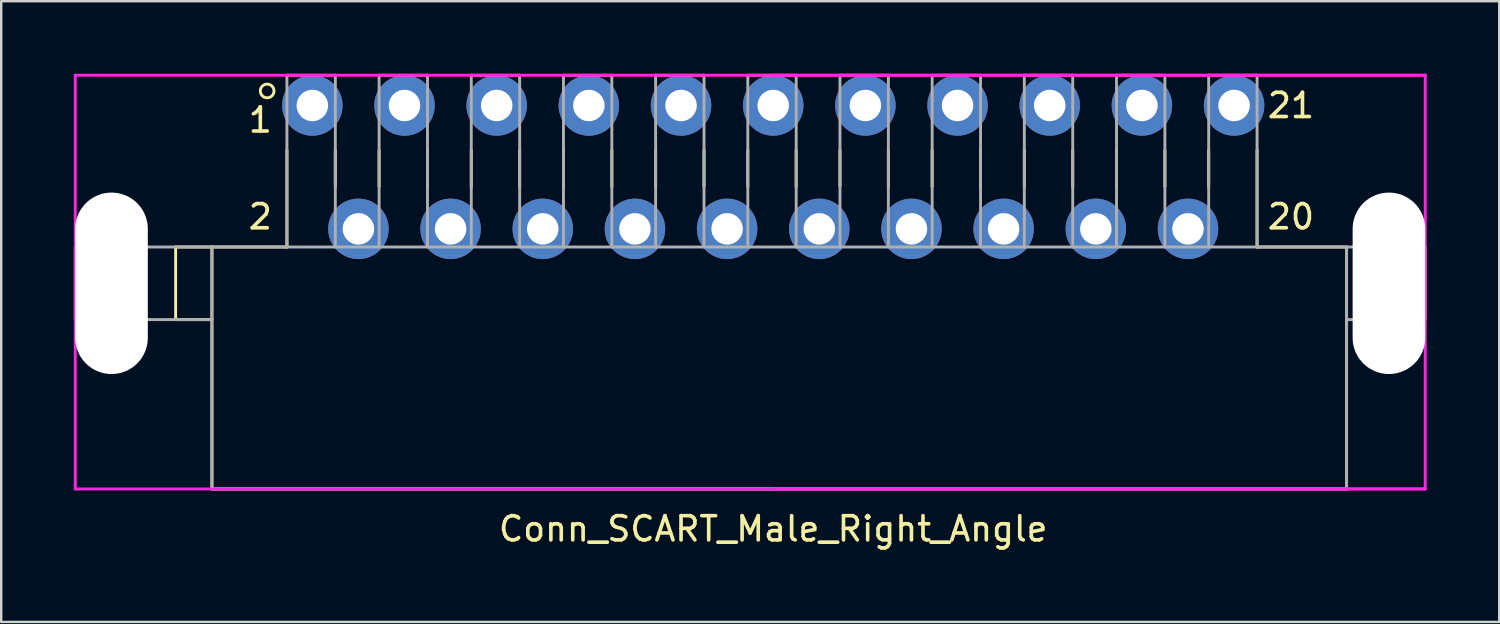
<source format=kicad_pcb>
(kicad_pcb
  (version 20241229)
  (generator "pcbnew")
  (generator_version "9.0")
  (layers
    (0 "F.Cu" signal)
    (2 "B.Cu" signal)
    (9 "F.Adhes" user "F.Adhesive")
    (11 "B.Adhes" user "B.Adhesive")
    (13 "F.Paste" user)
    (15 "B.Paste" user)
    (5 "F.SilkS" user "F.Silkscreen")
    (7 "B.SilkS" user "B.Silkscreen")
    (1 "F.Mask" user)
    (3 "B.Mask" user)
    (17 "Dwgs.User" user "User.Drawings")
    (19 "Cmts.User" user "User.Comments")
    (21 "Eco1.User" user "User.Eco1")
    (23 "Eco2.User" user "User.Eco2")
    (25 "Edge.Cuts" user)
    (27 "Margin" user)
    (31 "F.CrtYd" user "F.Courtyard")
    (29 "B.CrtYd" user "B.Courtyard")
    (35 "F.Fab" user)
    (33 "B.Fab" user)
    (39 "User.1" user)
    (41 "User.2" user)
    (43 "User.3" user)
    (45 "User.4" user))
  (footprint "Conn_SCART_Male_Right_Angle"
    (layer "F.Cu")
    (at 28.91 11.31)
    (property "Reference" "Conn_SCART_Male_Right_Angle" (at 0 7.5 180) (layer "F.SilkS") (effects (font (size 1 1) (thickness 0.15))))
    (attr through_hole)
    (fp_line (start -24.7 -4.15) (end -23.2 -4.15) (stroke (width 0.12) (type solid)) (layer "F.SilkS"))
    (fp_line (start -24.7 -1.15) (end -24.7 -4.15) (stroke (width 0.12) (type solid)) (layer "F.SilkS"))
    (fp_line (start -23.2 -4.15) (end -20.1 -4.15) (stroke (width 0.12) (type solid)) (layer "F.SilkS"))
    (fp_line (start -23.2 -1.15) (end -24.7 -1.15) (stroke (width 0.12) (type solid)) (layer "F.SilkS"))
    (fp_line (start -23.2 5.85) (end -23.2 -4.15) (stroke (width 0.12) (type solid)) (layer "F.SilkS"))
    (fp_line (start -20.1 -4.15) (end -20.1 -8.15) (stroke (width 0.12) (type solid)) (layer "F.SilkS"))
    (fp_line (start -18.1 -8.15) (end -18.1 -6.65) (stroke (width 0.12) (type solid)) (layer "F.SilkS"))
    (fp_line (start -16.29 -8.15) (end -16.29 -6.65) (stroke (width 0.12) (type solid)) (layer "F.SilkS"))
    (fp_line (start -14.29 -8.15) (end -14.29 -6.65) (stroke (width 0.12) (type solid)) (layer "F.SilkS"))
    (fp_line (start -12.48 -8.15) (end -12.48 -6.65) (stroke (width 0.12) (type solid)) (layer "F.SilkS"))
    (fp_line (start -10.48 -8.15) (end -10.48 -6.65) (stroke (width 0.12) (type solid)) (layer "F.SilkS"))
    (fp_line (start -8.67 -8.15) (end -8.67 -6.65) (stroke (width 0.12) (type solid)) (layer "F.SilkS"))
    (fp_line (start -6.67 -8.15) (end -6.67 -6.65) (stroke (width 0.12) (type solid)) (layer "F.SilkS"))
    (fp_line (start -4.86 -8.15) (end -4.86 -6.65) (stroke (width 0.12) (type solid)) (layer "F.SilkS"))
    (fp_line (start -2.86 -8.15) (end -2.86 -6.65) (stroke (width 0.12) (type solid)) (layer "F.SilkS"))
    (fp_line (start -1.05 -8.15) (end -1.05 -6.65) (stroke (width 0.12) (type solid)) (layer "F.SilkS"))
    (fp_line (start 0.95 -8.15) (end 0.95 -6.65) (stroke (width 0.12) (type solid)) (layer "F.SilkS"))
    (fp_line (start 2.76 -8.15) (end 2.76 -6.65) (stroke (width 0.12) (type solid)) (layer "F.SilkS"))
    (fp_line (start 4.76 -8.15) (end 4.76 -6.65) (stroke (width 0.12) (type solid)) (layer "F.SilkS"))
    (fp_line (start 6.57 -8.15) (end 6.57 -6.65) (stroke (width 0.12) (type solid)) (layer "F.SilkS"))
    (fp_line (start 8.57 -8.15) (end 8.57 -6.65) (stroke (width 0.12) (type solid)) (layer "F.SilkS"))
    (fp_line (start 10.38 -8.15) (end 10.38 -6.65) (stroke (width 0.12) (type solid)) (layer "F.SilkS"))
    (fp_line (start 12.38 -8.15) (end 12.38 -6.65) (stroke (width 0.12) (type solid)) (layer "F.SilkS"))
    (fp_line (start 14.19 -8.15) (end 14.19 -6.65) (stroke (width 0.12) (type solid)) (layer "F.SilkS"))
    (fp_line (start 16.19 -8.15) (end 16.19 -6.65) (stroke (width 0.12) (type solid)) (layer "F.SilkS"))
    (fp_line (start 18 -8.15) (end 18 -6.65) (stroke (width 0.12) (type solid)) (layer "F.SilkS"))
    (fp_line (start 20 -4.15) (end 20 -8.15) (stroke (width 0.12) (type solid)) (layer "F.SilkS"))
    (fp_line (start 23.7 -4.15) (end 20 -4.15) (stroke (width 0.12) (type solid)) (layer "F.SilkS"))
    (fp_line (start 23.7 5.85) (end -23.2 5.85) (stroke (width 0.12) (type solid)) (layer "F.SilkS"))
    (fp_line (start 23.7 5.85) (end 23.7 -4.15) (stroke (width 0.12) (type solid)) (layer "F.SilkS"))
    (fp_circle (center -20.917 -10.6) (end -21.117 -10.4) (stroke (width 0.12) (type solid)) (fill no) (layer "F.SilkS"))
    (fp_line (start -28.85 -11.25) (end -28.85 5.85) (stroke (width 0.12) (type solid)) (layer "F.CrtYd"))
    (fp_line (start 0 -11.25) (end -28.85 -11.25) (stroke (width 0.12) (type solid)) (layer "F.CrtYd"))
    (fp_line (start 0 -11.25) (end 26.95 -11.25) (stroke (width 0.12) (type solid)) (layer "F.CrtYd"))
    (fp_line (start 0 -11.25) (end 26.95 -11.25) (stroke (width 0.12) (type solid)) (layer "F.CrtYd"))
    (fp_line (start 0 5.85) (end -28.85 5.85) (stroke (width 0.12) (type solid)) (layer "F.CrtYd"))
    (fp_line (start 0 5.85) (end 26.95 5.85) (stroke (width 0.12) (type solid)) (layer "F.CrtYd"))
    (fp_line (start 0 5.85) (end 26.95 5.85) (stroke (width 0.12) (type solid)) (layer "F.CrtYd"))
    (fp_line (start 26.95 5.85) (end 26.95 -11.25) (stroke (width 0.12) (type solid)) (layer "F.CrtYd"))
    (fp_line (start -28.85 -1.15) (end -28.85 -4.15) (stroke (width 0.12) (type solid)) (layer "F.Fab"))
    (fp_line (start -23.2 -4.15) (end -28.85 -4.15) (stroke (width 0.12) (type solid)) (layer "F.Fab"))
    (fp_line (start -23.2 -4.15) (end 23.7 -4.15) (stroke (width 0.12) (type solid)) (layer "F.Fab"))
    (fp_line (start -23.2 -1.15) (end -28.85 -1.15) (stroke (width 0.12) (type solid)) (layer "F.Fab"))
    (fp_line (start -23.2 5.85) (end -23.2 -4.15) (stroke (width 0.12) (type solid)) (layer "F.Fab"))
    (fp_line (start -20.1 -4.15) (end -20.1 -11.25) (stroke (width 0.12) (type solid)) (layer "F.Fab"))
    (fp_line (start -18.1 -11.25) (end -20.1 -11.25) (stroke (width 0.12) (type solid)) (layer "F.Fab"))
    (fp_line (start -18.1 -4.15) (end -18.1 -11.25) (stroke (width 0.12) (type solid)) (layer "F.Fab"))
    (fp_line (start -16.29 -4.15) (end -16.29 -11.25) (stroke (width 0.12) (type solid)) (layer "F.Fab"))
    (fp_line (start -14.29 -11.25) (end -16.29 -11.25) (stroke (width 0.12) (type solid)) (layer "F.Fab"))
    (fp_line (start -14.29 -4.15) (end -14.29 -11.25) (stroke (width 0.12) (type solid)) (layer "F.Fab"))
    (fp_line (start -12.48 -4.15) (end -12.48 -11.25) (stroke (width 0.12) (type solid)) (layer "F.Fab"))
    (fp_line (start -10.48 -11.25) (end -12.48 -11.25) (stroke (width 0.12) (type solid)) (layer "F.Fab"))
    (fp_line (start -10.48 -4.15) (end -10.48 -11.25) (stroke (width 0.12) (type solid)) (layer "F.Fab"))
    (fp_line (start -8.67 -4.15) (end -8.67 -11.25) (stroke (width 0.12) (type solid)) (layer "F.Fab"))
    (fp_line (start -6.67 -11.25) (end -8.67 -11.25) (stroke (width 0.12) (type solid)) (layer "F.Fab"))
    (fp_line (start -6.67 -4.15) (end -6.67 -11.25) (stroke (width 0.12) (type solid)) (layer "F.Fab"))
    (fp_line (start -4.86 -4.15) (end -4.86 -11.25) (stroke (width 0.12) (type solid)) (layer "F.Fab"))
    (fp_line (start -2.86 -11.25) (end -4.86 -11.25) (stroke (width 0.12) (type solid)) (layer "F.Fab"))
    (fp_line (start -2.86 -4.15) (end -2.86 -11.25) (stroke (width 0.12) (type solid)) (layer "F.Fab"))
    (fp_line (start -1.05 -4.15) (end -1.05 -11.25) (stroke (width 0.12) (type solid)) (layer "F.Fab"))
    (fp_line (start 0 5.85) (end -23.2 5.85) (stroke (width 0.12) (type solid)) (layer "F.Fab"))
    (fp_line (start 0 5.85) (end 23.7 5.85) (stroke (width 0.12) (type solid)) (layer "F.Fab"))
    (fp_line (start 0.95 -11.25) (end -1.05 -11.25) (stroke (width 0.12) (type solid)) (layer "F.Fab"))
    (fp_line (start 0.95 -4.15) (end 0.95 -11.25) (stroke (width 0.12) (type solid)) (layer "F.Fab"))
    (fp_line (start 2.76 -4.15) (end 2.76 -11.25) (stroke (width 0.12) (type solid)) (layer "F.Fab"))
    (fp_line (start 4.76 -11.25) (end 2.76 -11.25) (stroke (width 0.12) (type solid)) (layer "F.Fab"))
    (fp_line (start 4.76 -4.15) (end 4.76 -11.25) (stroke (width 0.12) (type solid)) (layer "F.Fab"))
    (fp_line (start 6.57 -4.15) (end 6.57 -11.25) (stroke (width 0.12) (type solid)) (layer "F.Fab"))
    (fp_line (start 8.57 -11.25) (end 6.57 -11.25) (stroke (width 0.12) (type solid)) (layer "F.Fab"))
    (fp_line (start 8.57 -4.15) (end 8.57 -11.25) (stroke (width 0.12) (type solid)) (layer "F.Fab"))
    (fp_line (start 10.38 -4.15) (end 10.38 -11.25) (stroke (width 0.12) (type solid)) (layer "F.Fab"))
    (fp_line (start 12.38 -11.25) (end 10.38 -11.25) (stroke (width 0.12) (type solid)) (layer "F.Fab"))
    (fp_line (start 12.38 -4.15) (end 12.38 -11.25) (stroke (width 0.12) (type solid)) (layer "F.Fab"))
    (fp_line (start 14.19 -4.15) (end 14.19 -11.25) (stroke (width 0.12) (type solid)) (layer "F.Fab"))
    (fp_line (start 16.19 -11.25) (end 14.19 -11.25) (stroke (width 0.12) (type solid)) (layer "F.Fab"))
    (fp_line (start 16.19 -4.15) (end 16.19 -11.25) (stroke (width 0.12) (type solid)) (layer "F.Fab"))
    (fp_line (start 18 -4.15) (end 18 -11.25) (stroke (width 0.12) (type solid)) (layer "F.Fab"))
    (fp_line (start 20 -11.25) (end 18 -11.25) (stroke (width 0.12) (type solid)) (layer "F.Fab"))
    (fp_line (start 20 -4.15) (end 20 -11.25) (stroke (width 0.12) (type solid)) (layer "F.Fab"))
    (fp_line (start 23.7 -4.15) (end 23.7 5.85) (stroke (width 0.12) (type solid)) (layer "F.Fab"))
    (fp_line (start 23.7 -4.15) (end 26.95 -4.15) (stroke (width 0.12) (type solid)) (layer "F.Fab"))
    (fp_line (start 23.7 -1.15) (end 26.95 -1.15) (stroke (width 0.12) (type solid)) (layer "F.Fab"))
    (fp_line (start 26.95 -1.15) (end 26.95 -4.15) (stroke (width 0.12) (type solid)) (layer "F.Fab"))
    (fp_text user "2" (at -21.2 -5.4 180) (layer "F.SilkS") (effects (font (size 1 1) (thickness 0.15))))
    (fp_text user "20" (at 21.4 -5.4 180) (layer "F.SilkS") (effects (font (size 1 1) (thickness 0.15))))
    (fp_text user "21" (at 21.4 -10 180) (layer "F.SilkS") (effects (font (size 1 1) (thickness 0.15))))
    (fp_text user "1" (at -21.2 -9.4 180) (layer "F.SilkS") (effects (font (size 1 1) (thickness 0.15))))
    (pad "" np_thru_hole oval (at -27.35 -2.65 180) (size 3 7.5) (drill oval 3 7.5) (layers "*.Cu" "*.Mask"))
    (pad "" np_thru_hole oval (at 25.45 -2.65 180) (size 3 7.5) (drill oval 3 7.5) (layers "*.Cu" "*.Mask"))
    (pad "1" thru_hole circle (at -19.05 -10 180) (size 2.5 2.5) (drill 1.3) (layers "*.Cu" "*.Mask"))
    (pad "2" thru_hole circle (at -17.145 -4.9 180) (size 2.5 2.5) (drill 1.3) (layers "*.Cu" "*.Mask"))
    (pad "3" thru_hole circle (at -15.24 -10 180) (size 2.5 2.5) (drill 1.3) (layers "*.Cu" "*.Mask"))
    (pad "4" thru_hole circle (at -13.335 -4.9 180) (size 2.5 2.5) (drill 1.3) (layers "*.Cu" "*.Mask"))
    (pad "5" thru_hole circle (at -11.43 -10 180) (size 2.5 2.5) (drill 1.3) (layers "*.Cu" "*.Mask"))
    (pad "6" thru_hole circle (at -9.525 -4.9 180) (size 2.5 2.5) (drill 1.3) (layers "*.Cu" "*.Mask"))
    (pad "7" thru_hole circle (at -7.62 -10 180) (size 2.5 2.5) (drill 1.3) (layers "*.Cu" "*.Mask"))
    (pad "8" thru_hole circle (at -5.715 -4.9 180) (size 2.5 2.5) (drill 1.3) (layers "*.Cu" "*.Mask"))
    (pad "9" thru_hole circle (at -3.81 -10 180) (size 2.5 2.5) (drill 1.3) (layers "*.Cu" "*.Mask"))
    (pad "10" thru_hole circle (at -1.905 -4.9 180) (size 2.5 2.5) (drill 1.3) (layers "*.Cu" "*.Mask"))
    (pad "11" thru_hole circle (at 0 -10 180) (size 2.5 2.5) (drill 1.3) (layers "*.Cu" "*.Mask"))
    (pad "12" thru_hole circle (at 1.905 -4.9 180) (size 2.5 2.5) (drill 1.3) (layers "*.Cu" "*.Mask"))
    (pad "13" thru_hole circle (at 3.81 -10 180) (size 2.5 2.5) (drill 1.3) (layers "*.Cu" "*.Mask"))
    (pad "14" thru_hole circle (at 5.715 -4.9 180) (size 2.5 2.5) (drill 1.3) (layers "*.Cu" "*.Mask"))
    (pad "15" thru_hole circle (at 7.62 -10 180) (size 2.5 2.5) (drill 1.3) (layers "*.Cu" "*.Mask"))
    (pad "16" thru_hole circle (at 9.525 -4.9 180) (size 2.5 2.5) (drill 1.3) (layers "*.Cu" "*.Mask"))
    (pad "17" thru_hole circle (at 11.43 -10 180) (size 2.5 2.5) (drill 1.3) (layers "*.Cu" "*.Mask"))
    (pad "18" thru_hole circle (at 13.335 -4.9 180) (size 2.5 2.5) (drill 1.3) (layers "*.Cu" "*.Mask"))
    (pad "19" thru_hole circle (at 15.24 -10 180) (size 2.5 2.5) (drill 1.3) (layers "*.Cu" "*.Mask"))
    (pad "20" thru_hole circle (at 17.145 -4.9 180) (size 2.5 2.5) (drill 1.3) (layers "*.Cu" "*.Mask"))
    (pad "21" thru_hole circle (at 19.05 -10 180) (size 2.5 2.5) (drill 1.3) (layers "*.Cu" "*.Mask")))
  (gr_rect
    (start -3 -3)
    (end 58.92 22.658)
    (stroke (width 0.1) (type default))
    (fill no)
    (layer "Edge.Cuts")))
</source>
